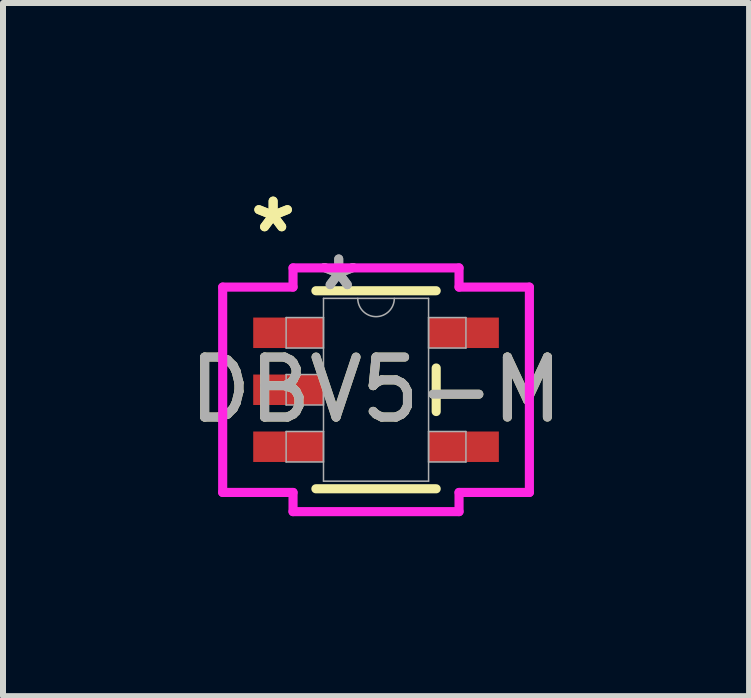
<source format=kicad_pcb>
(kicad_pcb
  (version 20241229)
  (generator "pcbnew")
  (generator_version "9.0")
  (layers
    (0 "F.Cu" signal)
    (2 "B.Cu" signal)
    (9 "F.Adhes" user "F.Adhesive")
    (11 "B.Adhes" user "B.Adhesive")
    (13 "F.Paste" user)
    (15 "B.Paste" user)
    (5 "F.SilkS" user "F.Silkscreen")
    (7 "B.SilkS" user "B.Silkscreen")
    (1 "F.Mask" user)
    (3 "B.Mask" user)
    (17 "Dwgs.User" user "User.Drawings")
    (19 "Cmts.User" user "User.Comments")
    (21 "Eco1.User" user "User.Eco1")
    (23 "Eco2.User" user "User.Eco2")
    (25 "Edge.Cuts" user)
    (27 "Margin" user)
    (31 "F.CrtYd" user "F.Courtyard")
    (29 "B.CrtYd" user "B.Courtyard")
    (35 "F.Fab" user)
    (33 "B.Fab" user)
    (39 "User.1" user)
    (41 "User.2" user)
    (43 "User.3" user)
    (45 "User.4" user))
  (footprint "DBV5-M"
    (layer "F.Cu")
    (at 3.22 3.449)
    (property "Reference" "DBV5-M" (at 0 0 0) (unlocked yes) (layer "F.SilkS") (effects (font (size 1 1) (thickness 0.15))))
    (attr smd)
    (fp_line (start -1.003 1.651) (end 1.003 1.651) (stroke (width 0.152) (type solid)) (layer "F.SilkS"))
    (fp_line (start 1.003 -1.651) (end -1.003 -1.651) (stroke (width 0.152) (type solid)) (layer "F.SilkS"))
    (fp_line (start 1.003 0.363) (end 1.003 -0.363) (stroke (width 0.152) (type solid)) (layer "F.SilkS"))
    (fp_line (start -2.557 -1.712) (end -1.384 -1.712) (stroke (width 0.152) (type solid)) (layer "F.CrtYd"))
    (fp_line (start -2.557 1.712) (end -2.557 -1.712) (stroke (width 0.152) (type solid)) (layer "F.CrtYd"))
    (fp_line (start -1.384 -2.032) (end 1.384 -2.032) (stroke (width 0.152) (type solid)) (layer "F.CrtYd"))
    (fp_line (start -1.384 -1.712) (end -1.384 -2.032) (stroke (width 0.152) (type solid)) (layer "F.CrtYd"))
    (fp_line (start -1.384 1.712) (end -2.557 1.712) (stroke (width 0.152) (type solid)) (layer "F.CrtYd"))
    (fp_line (start -1.384 2.032) (end -1.384 1.712) (stroke (width 0.152) (type solid)) (layer "F.CrtYd"))
    (fp_line (start 1.384 -2.032) (end 1.384 -1.712) (stroke (width 0.152) (type solid)) (layer "F.CrtYd"))
    (fp_line (start 1.384 -1.712) (end 2.557 -1.712) (stroke (width 0.152) (type solid)) (layer "F.CrtYd"))
    (fp_line (start 1.384 1.712) (end 1.384 2.032) (stroke (width 0.152) (type solid)) (layer "F.CrtYd"))
    (fp_line (start 1.384 2.032) (end -1.384 2.032) (stroke (width 0.152) (type solid)) (layer "F.CrtYd"))
    (fp_line (start 2.557 -1.712) (end 2.557 1.712) (stroke (width 0.152) (type solid)) (layer "F.CrtYd"))
    (fp_line (start 2.557 1.712) (end 1.384 1.712) (stroke (width 0.152) (type solid)) (layer "F.CrtYd"))
    (fp_line (start -1.499 -1.204) (end -1.499 -0.696) (stroke (width 0.025) (type solid)) (layer "F.Fab"))
    (fp_line (start -1.499 -0.696) (end -0.876 -0.696) (stroke (width 0.025) (type solid)) (layer "F.Fab"))
    (fp_line (start -1.499 -0.254) (end -1.499 0.254) (stroke (width 0.025) (type solid)) (layer "F.Fab"))
    (fp_line (start -1.499 0.254) (end -0.876 0.254) (stroke (width 0.025) (type solid)) (layer "F.Fab"))
    (fp_line (start -1.499 0.696) (end -1.499 1.204) (stroke (width 0.025) (type solid)) (layer "F.Fab"))
    (fp_line (start -1.499 1.204) (end -0.876 1.204) (stroke (width 0.025) (type solid)) (layer "F.Fab"))
    (fp_line (start -0.876 -1.524) (end -0.876 1.524) (stroke (width 0.025) (type solid)) (layer "F.Fab"))
    (fp_line (start -0.876 -1.204) (end -1.499 -1.204) (stroke (width 0.025) (type solid)) (layer "F.Fab"))
    (fp_line (start -0.876 -0.696) (end -0.876 -1.204) (stroke (width 0.025) (type solid)) (layer "F.Fab"))
    (fp_line (start -0.876 -0.254) (end -1.499 -0.254) (stroke (width 0.025) (type solid)) (layer "F.Fab"))
    (fp_line (start -0.876 0.254) (end -0.876 -0.254) (stroke (width 0.025) (type solid)) (layer "F.Fab"))
    (fp_line (start -0.876 0.696) (end -1.499 0.696) (stroke (width 0.025) (type solid)) (layer "F.Fab"))
    (fp_line (start -0.876 1.204) (end -0.876 0.696) (stroke (width 0.025) (type solid)) (layer "F.Fab"))
    (fp_line (start -0.876 1.524) (end 0.876 1.524) (stroke (width 0.025) (type solid)) (layer "F.Fab"))
    (fp_line (start 0.876 -1.524) (end -0.876 -1.524) (stroke (width 0.025) (type solid)) (layer "F.Fab"))
    (fp_line (start 0.876 -1.204) (end 0.876 -0.696) (stroke (width 0.025) (type solid)) (layer "F.Fab"))
    (fp_line (start 0.876 -0.696) (end 1.499 -0.696) (stroke (width 0.025) (type solid)) (layer "F.Fab"))
    (fp_line (start 0.876 0.696) (end 0.876 1.204) (stroke (width 0.025) (type solid)) (layer "F.Fab"))
    (fp_line (start 0.876 1.204) (end 1.499 1.204) (stroke (width 0.025) (type solid)) (layer "F.Fab"))
    (fp_line (start 0.876 1.524) (end 0.876 -1.524) (stroke (width 0.025) (type solid)) (layer "F.Fab"))
    (fp_line (start 1.499 -1.204) (end 0.876 -1.204) (stroke (width 0.025) (type solid)) (layer "F.Fab"))
    (fp_line (start 1.499 -0.696) (end 1.499 -1.204) (stroke (width 0.025) (type solid)) (layer "F.Fab"))
    (fp_line (start 1.499 0.696) (end 0.876 0.696) (stroke (width 0.025) (type solid)) (layer "F.Fab"))
    (fp_line (start 1.499 1.204) (end 1.499 0.696) (stroke (width 0.025) (type solid)) (layer "F.Fab"))
    (fp_arc (start 0.3048 -1.524) (mid 0 -1.2192) (end -0.3048 -1.524) (stroke (width 0.0254) (type solid)) (layer "F.Fab"))
    (fp_text user "*" (at -1.716 -2.601 0) (unlocked yes) (layer "F.SilkS") (effects (font (size 1 1) (thickness 0.15))))
    (fp_text user "*" (at -1.716 -2.601 0) (layer "F.SilkS") (effects (font (size 1 1) (thickness 0.15))))
    (fp_text user "${REFERENCE}" (at 0 0 0) (unlocked yes) (layer "F.Fab") (effects (font (size 1 1) (thickness 0.15))))
    (fp_text user "*" (at -0.622 -1.636 0) (unlocked yes) (layer "F.Fab") (effects (font (size 1 1) (thickness 0.15))))
    (fp_text user "*" (at -0.622 -1.636 0) (layer "F.Fab") (effects (font (size 1 1) (thickness 0.15))))
    (pad "1" smd rect (at -1.462 -0.95) (size 1.172 0.508) (layers "F.Cu" "F.Mask" "F.Paste"))
    (pad "2" smd rect (at -1.462 0) (size 1.172 0.508) (layers "F.Cu" "F.Mask" "F.Paste"))
    (pad "3" smd rect (at -1.462 0.95) (size 1.172 0.508) (layers "F.Cu" "F.Mask" "F.Paste"))
    (pad "4" smd rect (at 1.462 0.95) (size 1.172 0.508) (layers "F.Cu" "F.Mask" "F.Paste"))
    (pad "5" smd rect (at 1.462 -0.95) (size 1.172 0.508) (layers "F.Cu" "F.Mask" "F.Paste")))
  (gr_rect
    (start -3 -3)
    (end 9.44 8.557)
    (stroke (width 0.1) (type default))
    (fill no)
    (layer "Edge.Cuts")))
</source>
